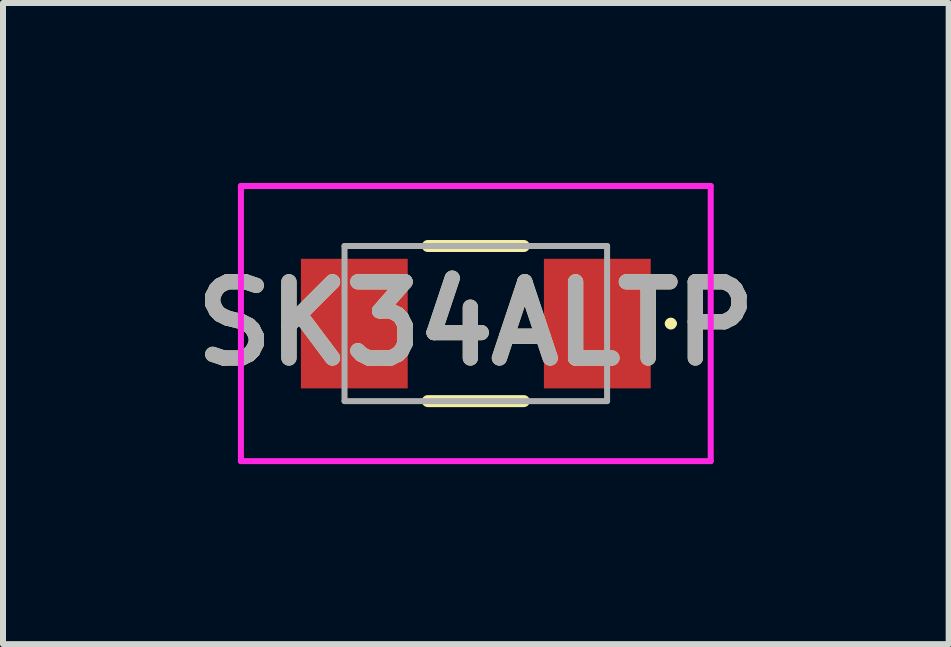
<source format=kicad_pcb>
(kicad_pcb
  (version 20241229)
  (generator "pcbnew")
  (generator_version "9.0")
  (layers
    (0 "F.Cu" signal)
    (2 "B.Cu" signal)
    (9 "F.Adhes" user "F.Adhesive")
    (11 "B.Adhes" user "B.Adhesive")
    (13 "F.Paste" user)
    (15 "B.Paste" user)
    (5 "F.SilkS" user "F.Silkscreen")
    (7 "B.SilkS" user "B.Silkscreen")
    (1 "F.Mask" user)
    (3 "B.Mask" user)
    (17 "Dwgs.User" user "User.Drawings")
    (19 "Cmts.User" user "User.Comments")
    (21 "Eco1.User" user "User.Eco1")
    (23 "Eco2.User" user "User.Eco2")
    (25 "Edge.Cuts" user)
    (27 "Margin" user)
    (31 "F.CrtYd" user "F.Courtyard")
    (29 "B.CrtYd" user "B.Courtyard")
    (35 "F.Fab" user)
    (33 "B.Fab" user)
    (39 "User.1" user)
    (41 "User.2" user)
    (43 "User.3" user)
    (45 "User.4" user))
  (footprint "SK34ALTP"
    (layer "F.Cu")
    (at 4.88 2.343)
    (property "Reference" "SK34ALTP" (at 0 -0.001 0) (layer "F.SilkS") (effects (font (size 1.27 1.27) (thickness 0.254))))
    (attr smd)
    (fp_line (start -0.8 -1.293) (end 0.8 -1.293) (stroke (width 0.2) (type solid)) (layer "F.SilkS"))
    (fp_line (start -0.8 1.292) (end 0.8 1.292) (stroke (width 0.2) (type solid)) (layer "F.SilkS"))
    (fp_line (start 3.2 0) (end 3.2 0) (stroke (width 0.1) (type solid)) (layer "F.SilkS"))
    (fp_line (start 3.3 0) (end 3.3 0) (stroke (width 0.1) (type solid)) (layer "F.SilkS"))
    (fp_arc (start 3.2 0) (mid 3.25 -0.05) (end 3.3 0) (stroke (width 0.1) (type solid)) (layer "F.SilkS"))
    (fp_arc (start 3.3 0) (mid 3.25 0.05) (end 3.2 0) (stroke (width 0.1) (type solid)) (layer "F.SilkS"))
    (fp_line (start -3.915 -2.293) (end 3.915 -2.293) (stroke (width 0.1) (type solid)) (layer "F.CrtYd"))
    (fp_line (start -3.915 2.292) (end -3.915 -2.293) (stroke (width 0.1) (type solid)) (layer "F.CrtYd"))
    (fp_line (start 3.915 -2.293) (end 3.915 2.292) (stroke (width 0.1) (type solid)) (layer "F.CrtYd"))
    (fp_line (start 3.915 2.292) (end -3.915 2.292) (stroke (width 0.1) (type solid)) (layer "F.CrtYd"))
    (fp_line (start -2.188 -1.293) (end 2.188 -1.293) (stroke (width 0.1) (type solid)) (layer "F.Fab"))
    (fp_line (start -2.188 1.292) (end -2.188 -1.293) (stroke (width 0.1) (type solid)) (layer "F.Fab"))
    (fp_line (start 2.188 -1.293) (end 2.188 1.292) (stroke (width 0.1) (type solid)) (layer "F.Fab"))
    (fp_line (start 2.188 1.292) (end -2.188 1.292) (stroke (width 0.1) (type solid)) (layer "F.Fab"))
    (fp_text user "${REFERENCE}" (at 0 -0.001 0) (layer "F.Fab") (effects (font (size 1.27 1.27) (thickness 0.254))))
    (pad "1" smd rect (at 2.025 0) (size 1.78 2.16) (layers "F.Cu" "F.Mask" "F.Paste"))
    (pad "2" smd rect (at -2.025 0) (size 1.78 2.16) (layers "F.Cu" "F.Mask" "F.Paste")))
  (gr_rect
    (start -3 -3)
    (end 12.761 7.685)
    (stroke (width 0.1) (type default))
    (fill no)
    (layer "Edge.Cuts")))
</source>
